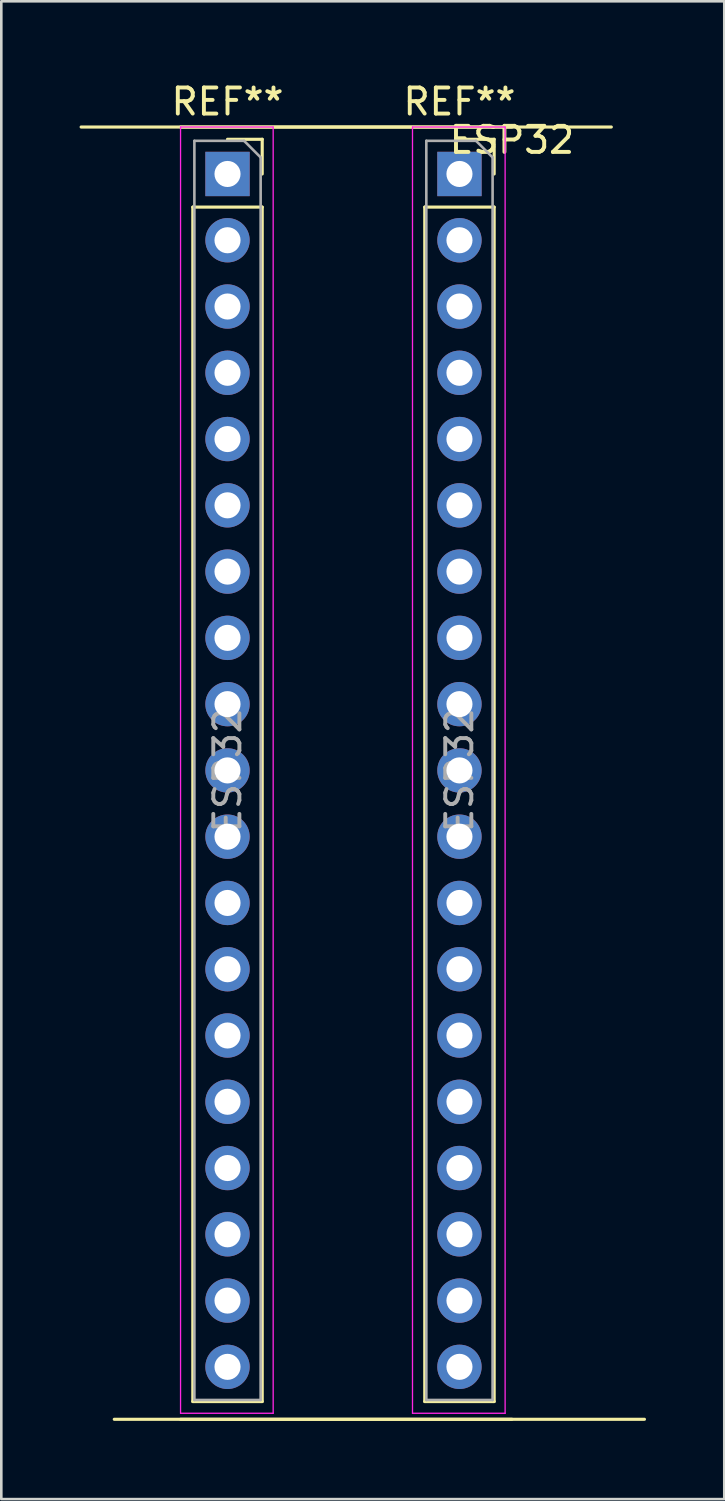
<source format=kicad_pcb>
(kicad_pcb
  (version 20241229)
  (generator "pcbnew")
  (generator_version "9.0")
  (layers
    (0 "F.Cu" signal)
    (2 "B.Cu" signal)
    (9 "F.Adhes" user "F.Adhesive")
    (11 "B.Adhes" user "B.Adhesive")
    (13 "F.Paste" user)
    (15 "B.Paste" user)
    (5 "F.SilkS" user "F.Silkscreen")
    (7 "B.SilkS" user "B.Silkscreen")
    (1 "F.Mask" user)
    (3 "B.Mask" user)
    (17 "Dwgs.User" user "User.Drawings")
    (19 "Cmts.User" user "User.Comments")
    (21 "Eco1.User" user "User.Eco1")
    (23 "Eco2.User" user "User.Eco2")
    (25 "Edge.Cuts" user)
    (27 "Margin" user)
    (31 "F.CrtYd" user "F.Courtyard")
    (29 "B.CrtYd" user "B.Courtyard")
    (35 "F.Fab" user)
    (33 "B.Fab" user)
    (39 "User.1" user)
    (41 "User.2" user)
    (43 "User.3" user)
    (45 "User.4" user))
  (footprint "ESP32"
    (layer "F.Cu")
    (at 16.57 1.818)
    (property "Reference" "ESP32" (at 0 0.5 0) (layer "F.SilkS") (effects (font (size 1 1) (thickness 0.15))))
    (attr through_hole)
    (fp_line (start -12.7 0) (end 3.81 0) (stroke (width 0.12) (type solid)) (layer "F.SilkS"))
    (fp_line (start -12.7 49.53) (end 5.08 49.53) (stroke (width 0.12) (type solid)) (layer "F.SilkS"))
    (fp_line (start -12.23 3.07) (end -12.23 48.85) (stroke (width 0.12) (type solid)) (layer "F.SilkS"))
    (fp_line (start -12.23 3.07) (end -9.57 3.07) (stroke (width 0.12) (type solid)) (layer "F.SilkS"))
    (fp_line (start -12.23 48.85) (end -9.57 48.85) (stroke (width 0.12) (type solid)) (layer "F.SilkS"))
    (fp_line (start -10.9 0.47) (end -9.57 0.47) (stroke (width 0.12) (type solid)) (layer "F.SilkS"))
    (fp_line (start -9.57 0.47) (end -9.57 1.8) (stroke (width 0.12) (type solid)) (layer "F.SilkS"))
    (fp_line (start -9.57 3.07) (end -9.57 48.85) (stroke (width 0.12) (type solid)) (layer "F.SilkS"))
    (fp_line (start -3.34 3.07) (end -3.34 48.85) (stroke (width 0.12) (type solid)) (layer "F.SilkS"))
    (fp_line (start -3.34 3.07) (end -0.68 3.07) (stroke (width 0.12) (type solid)) (layer "F.SilkS"))
    (fp_line (start -3.34 48.85) (end -0.68 48.85) (stroke (width 0.12) (type solid)) (layer "F.SilkS"))
    (fp_line (start -2.01 0.47) (end -0.68 0.47) (stroke (width 0.12) (type solid)) (layer "F.SilkS"))
    (fp_line (start -0.68 0.47) (end -0.68 1.8) (stroke (width 0.12) (type solid)) (layer "F.SilkS"))
    (fp_line (start -0.68 3.07) (end -0.68 48.85) (stroke (width 0.12) (type solid)) (layer "F.SilkS"))
    (fp_line (start 0 0) (end -16.51 0) (stroke (width 0.12) (type solid)) (layer "F.SilkS"))
    (fp_line (start 0 49.53) (end -15.24 49.53) (stroke (width 0.12) (type solid)) (layer "F.SilkS"))
    (fp_line (start -12.7 0) (end -9.15 0) (stroke (width 0.05) (type solid)) (layer "F.CrtYd"))
    (fp_line (start -12.7 49.3) (end -12.7 0) (stroke (width 0.05) (type solid)) (layer "F.CrtYd"))
    (fp_line (start -9.15 0) (end -9.15 49.3) (stroke (width 0.05) (type solid)) (layer "F.CrtYd"))
    (fp_line (start -9.15 49.3) (end -12.7 49.3) (stroke (width 0.05) (type solid)) (layer "F.CrtYd"))
    (fp_line (start -3.81 0) (end -0.26 0) (stroke (width 0.05) (type solid)) (layer "F.CrtYd"))
    (fp_line (start -3.81 49.3) (end -3.81 0) (stroke (width 0.05) (type solid)) (layer "F.CrtYd"))
    (fp_line (start -0.26 0) (end -0.26 49.3) (stroke (width 0.05) (type solid)) (layer "F.CrtYd"))
    (fp_line (start -0.26 49.3) (end -3.81 49.3) (stroke (width 0.05) (type solid)) (layer "F.CrtYd"))
    (fp_line (start -12.17 0.53) (end -10.265 0.53) (stroke (width 0.1) (type solid)) (layer "F.Fab"))
    (fp_line (start -12.17 48.79) (end -12.17 0.53) (stroke (width 0.1) (type solid)) (layer "F.Fab"))
    (fp_line (start -10.265 0.53) (end -9.63 1.165) (stroke (width 0.1) (type solid)) (layer "F.Fab"))
    (fp_line (start -9.63 1.165) (end -9.63 48.79) (stroke (width 0.1) (type solid)) (layer "F.Fab"))
    (fp_line (start -9.63 48.79) (end -12.17 48.79) (stroke (width 0.1) (type solid)) (layer "F.Fab"))
    (fp_line (start -3.28 0.53) (end -1.375 0.53) (stroke (width 0.1) (type solid)) (layer "F.Fab"))
    (fp_line (start -3.28 48.79) (end -3.28 0.53) (stroke (width 0.1) (type solid)) (layer "F.Fab"))
    (fp_line (start -1.375 0.53) (end -0.74 1.165) (stroke (width 0.1) (type solid)) (layer "F.Fab"))
    (fp_line (start -0.74 1.165) (end -0.74 48.79) (stroke (width 0.1) (type solid)) (layer "F.Fab"))
    (fp_line (start -0.74 48.79) (end -3.28 48.79) (stroke (width 0.1) (type solid)) (layer "F.Fab"))
    (fp_text user "REF**" (at -2.01 -0.97 0) (layer "F.SilkS") (effects (font (size 1 1) (thickness 0.15))))
    (fp_text user "REF**" (at -10.9 -0.97 0) (layer "F.SilkS") (effects (font (size 1 1) (thickness 0.15))))
    (fp_text user "${REFERENCE}" (at -10.9 24.66 90) (layer "F.Fab") (effects (font (size 1 1) (thickness 0.15))))
    (fp_text user "${REFERENCE}" (at -2.01 24.66 90) (layer "F.Fab") (effects (font (size 1 1) (thickness 0.15))))
    (pad "0" thru_hole oval (at -2.01 34.82) (size 1.7 1.7) (drill 1) (layers "*.Cu" "*.Mask"))
    (pad "2" thru_hole oval (at -2.01 37.36) (size 1.7 1.7) (drill 1) (layers "*.Cu" "*.Mask"))
    (pad "3v3" thru_hole rect (at -10.9 1.8) (size 1.7 1.7) (drill 1) (layers "*.Cu" "*.Mask"))
    (pad "4" thru_hole oval (at -2.01 32.28) (size 1.7 1.7) (drill 1) (layers "*.Cu" "*.Mask"))
    (pad "5" thru_hole oval (at -2.01 24.66) (size 1.7 1.7) (drill 1) (layers "*.Cu" "*.Mask"))
    (pad "12" thru_hole oval (at -10.9 32.28) (size 1.7 1.7) (drill 1) (layers "*.Cu" "*.Mask"))
    (pad "13" thru_hole oval (at -10.9 37.36) (size 1.7 1.7) (drill 1) (layers "*.Cu" "*.Mask"))
    (pad "14" thru_hole oval (at -10.9 29.74) (size 1.7 1.7) (drill 1) (layers "*.Cu" "*.Mask"))
    (pad "15" thru_hole oval (at -2.01 39.9) (size 1.7 1.7) (drill 1) (layers "*.Cu" "*.Mask"))
    (pad "16" thru_hole oval (at -2.01 29.74) (size 1.7 1.7) (drill 1) (layers "*.Cu" "*.Mask"))
    (pad "17" thru_hole oval (at -2.01 27.2) (size 1.7 1.7) (drill 1) (layers "*.Cu" "*.Mask"))
    (pad "18" thru_hole oval (at -2.01 22.12) (size 1.7 1.7) (drill 1) (layers "*.Cu" "*.Mask"))
    (pad "19" thru_hole oval (at -2.01 19.58) (size 1.7 1.7) (drill 1) (layers "*.Cu" "*.Mask"))
    (pad "21" thru_hole oval (at -2.01 14.5) (size 1.7 1.7) (drill 1) (layers "*.Cu" "*.Mask"))
    (pad "22" thru_hole oval (at -2.01 6.88) (size 1.7 1.7) (drill 1) (layers "*.Cu" "*.Mask"))
    (pad "23" thru_hole oval (at -2.01 4.34) (size 1.7 1.7) (drill 1) (layers "*.Cu" "*.Mask"))
    (pad "25" thru_hole oval (at -10.9 22.12) (size 1.7 1.7) (drill 1) (layers "*.Cu" "*.Mask"))
    (pad "26" thru_hole oval (at -10.9 24.66) (size 1.7 1.7) (drill 1) (layers "*.Cu" "*.Mask"))
    (pad "27" thru_hole oval (at -10.9 27.2) (size 1.7 1.7) (drill 1) (layers "*.Cu" "*.Mask"))
    (pad "32" thru_hole oval (at -10.9 17.04) (size 1.7 1.7) (drill 1) (layers "*.Cu" "*.Mask"))
    (pad "33" thru_hole oval (at -10.9 19.58) (size 1.7 1.7) (drill 1) (layers "*.Cu" "*.Mask"))
    (pad "34" thru_hole oval (at -10.9 11.96) (size 1.7 1.7) (drill 1) (layers "*.Cu" "*.Mask"))
    (pad "35" thru_hole oval (at -10.9 14.5) (size 1.7 1.7) (drill 1) (layers "*.Cu" "*.Mask"))
    (pad "CLK" thru_hole oval (at -2.01 47.52) (size 1.7 1.7) (drill 1) (layers "*.Cu" "*.Mask"))
    (pad "CMD" thru_hole oval (at -10.9 44.98) (size 1.7 1.7) (drill 1) (layers "*.Cu" "*.Mask"))
    (pad "EN" thru_hole oval (at -10.9 4.34) (size 1.7 1.7) (drill 1) (layers "*.Cu" "*.Mask"))
    (pad "GND" thru_hole oval (at -10.9 34.82) (size 1.7 1.7) (drill 1) (layers "*.Cu" "*.Mask"))
    (pad "GND" thru_hole rect (at -2.01 1.8) (size 1.7 1.7) (drill 1) (layers "*.Cu" "*.Mask"))
    (pad "GND" thru_hole oval (at -2.01 17.04) (size 1.7 1.7) (drill 1) (layers "*.Cu" "*.Mask"))
    (pad "RXD" thru_hole oval (at -2.01 11.96) (size 1.7 1.7) (drill 1) (layers "*.Cu" "*.Mask"))
    (pad "SD0" thru_hole oval (at -2.01 44.98) (size 1.7 1.7) (drill 1) (layers "*.Cu" "*.Mask"))
    (pad "SD1" thru_hole oval (at -2.01 42.44) (size 1.7 1.7) (drill 1) (layers "*.Cu" "*.Mask"))
    (pad "SD2" thru_hole oval (at -10.9 39.9) (size 1.7 1.7) (drill 1) (layers "*.Cu" "*.Mask"))
    (pad "SD3" thru_hole oval (at -10.9 42.44) (size 1.7 1.7) (drill 1) (layers "*.Cu" "*.Mask"))
    (pad "SN" thru_hole oval (at -10.9 9.42) (size 1.7 1.7) (drill 1) (layers "*.Cu" "*.Mask"))
    (pad "SP" thru_hole oval (at -10.9 6.88) (size 1.7 1.7) (drill 1) (layers "*.Cu" "*.Mask"))
    (pad "TXD" thru_hole oval (at -2.01 9.42) (size 1.7 1.7) (drill 1) (layers "*.Cu" "*.Mask"))
    (pad "V5" thru_hole oval (at -10.9 47.52) (size 1.7 1.7) (drill 1) (layers "*.Cu" "*.Mask")))
  (gr_rect
    (start -3 -3)
    (end 24.71 54.408)
    (stroke (width 0.1) (type default))
    (fill no)
    (layer "Edge.Cuts")))
</source>
